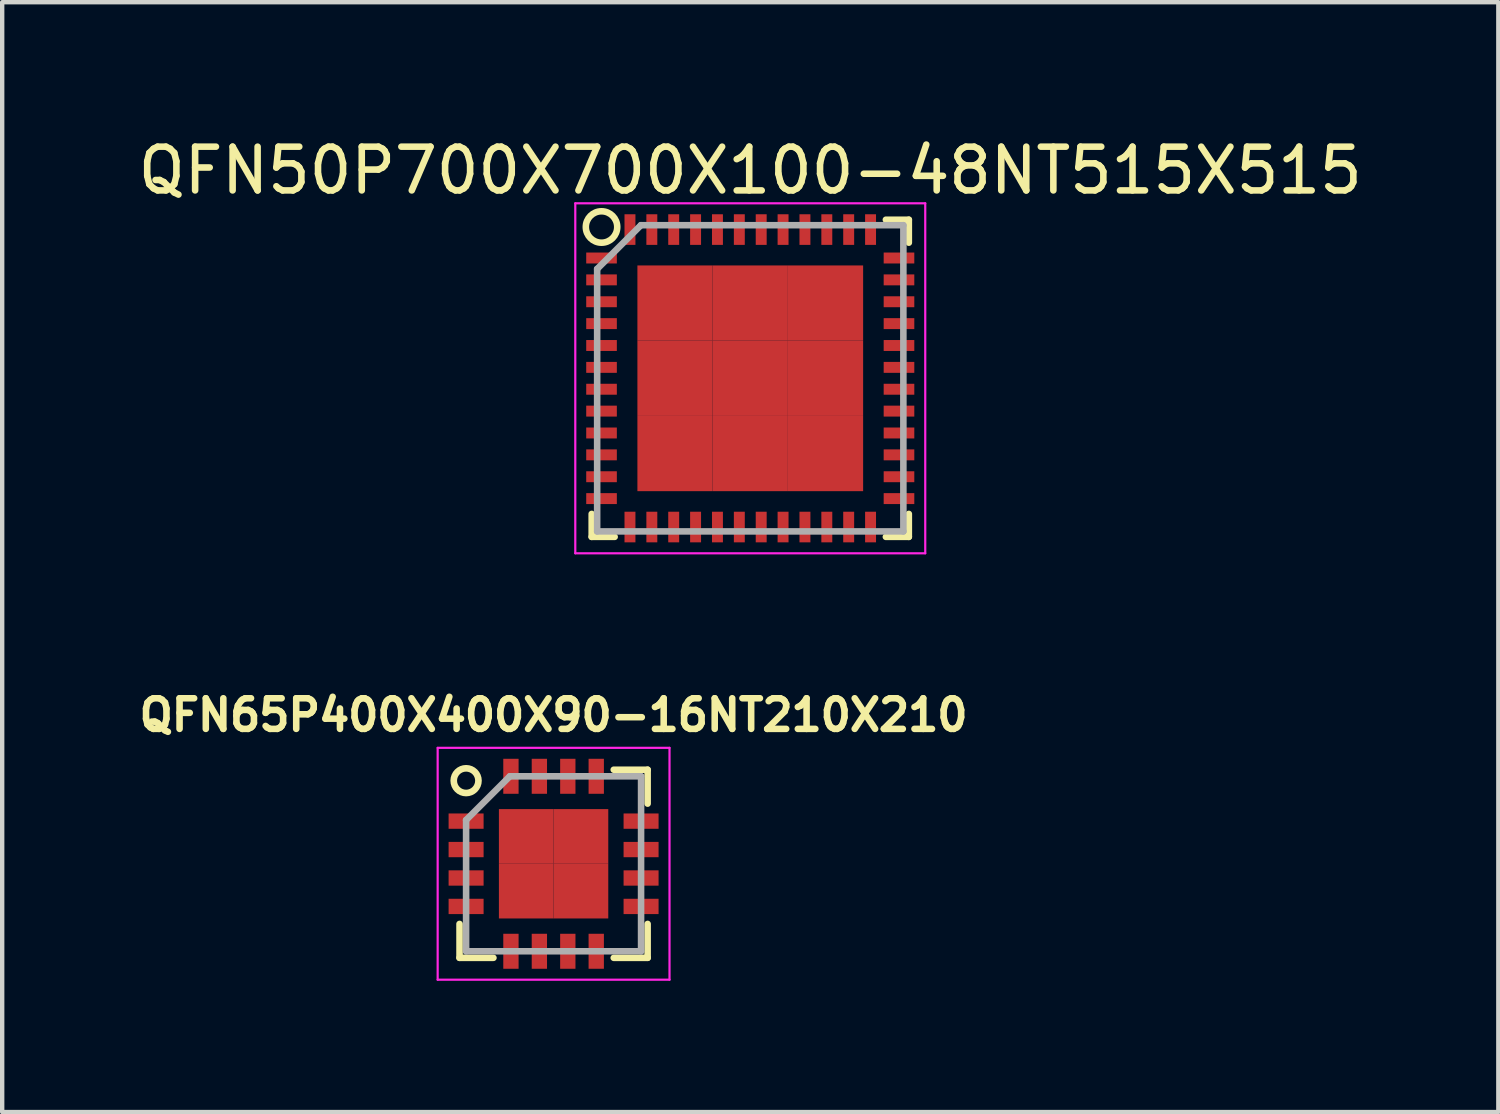
<source format=kicad_pcb>
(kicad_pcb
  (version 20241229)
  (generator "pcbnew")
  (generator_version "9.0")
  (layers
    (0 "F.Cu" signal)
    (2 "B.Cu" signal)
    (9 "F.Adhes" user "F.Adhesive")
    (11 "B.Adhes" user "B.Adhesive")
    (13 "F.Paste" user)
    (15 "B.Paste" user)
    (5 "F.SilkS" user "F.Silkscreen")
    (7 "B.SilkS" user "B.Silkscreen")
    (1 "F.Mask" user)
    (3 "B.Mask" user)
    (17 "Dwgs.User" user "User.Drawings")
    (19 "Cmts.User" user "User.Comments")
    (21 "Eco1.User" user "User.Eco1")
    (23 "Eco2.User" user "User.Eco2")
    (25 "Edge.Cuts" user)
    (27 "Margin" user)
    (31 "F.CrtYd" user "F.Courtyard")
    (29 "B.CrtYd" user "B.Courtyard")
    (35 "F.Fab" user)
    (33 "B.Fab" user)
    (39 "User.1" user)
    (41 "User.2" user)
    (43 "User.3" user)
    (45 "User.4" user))
  (footprint "QFN65P400X400X90-16NT210X210"
    (layer "F.Cu")
    (at 9.605 16.696)
    (property "Reference" "QFN65P400X400X90-16NT210X210" (at 0 -3.4 0) (layer "F.SilkS") (effects (font (size 0.7 0.7) (thickness 0.15))))
    (attr smd)
    (fp_line (start -2.15 2.15) (end -2.15 1.375) (stroke (width 0.15) (type solid)) (layer "F.SilkS"))
    (fp_line (start -2.15 2.15) (end -1.375 2.15) (stroke (width 0.15) (type solid)) (layer "F.SilkS"))
    (fp_line (start 2.15 -2.15) (end 1.375 -2.15) (stroke (width 0.15) (type solid)) (layer "F.SilkS"))
    (fp_line (start 2.15 -2.15) (end 2.15 -1.375) (stroke (width 0.15) (type solid)) (layer "F.SilkS"))
    (fp_line (start 2.15 2.15) (end 1.375 2.15) (stroke (width 0.15) (type solid)) (layer "F.SilkS"))
    (fp_line (start 2.15 2.15) (end 2.15 1.375) (stroke (width 0.15) (type solid)) (layer "F.SilkS"))
    (fp_circle (center -2 -1.9) (end -1.8 -1.7) (stroke (width 0.152) (type solid)) (fill no) (layer "F.SilkS"))
    (fp_line (start -2.65 -2.65) (end -2.65 2.65) (stroke (width 0.05) (type solid)) (layer "F.CrtYd"))
    (fp_line (start -2.65 -2.65) (end 2.65 -2.65) (stroke (width 0.05) (type solid)) (layer "F.CrtYd"))
    (fp_line (start -2.65 2.65) (end 2.65 2.65) (stroke (width 0.05) (type solid)) (layer "F.CrtYd"))
    (fp_line (start 2.65 -2.65) (end 2.65 2.65) (stroke (width 0.05) (type solid)) (layer "F.CrtYd"))
    (fp_line (start -2 -1) (end -1 -2) (stroke (width 0.15) (type solid)) (layer "F.Fab"))
    (fp_line (start -2 2) (end -2 -1) (stroke (width 0.15) (type solid)) (layer "F.Fab"))
    (fp_line (start -1 -2) (end 2 -2) (stroke (width 0.15) (type solid)) (layer "F.Fab"))
    (fp_line (start 2 -2) (end 2 2) (stroke (width 0.15) (type solid)) (layer "F.Fab"))
    (fp_line (start 2 2) (end -2 2) (stroke (width 0.15) (type solid)) (layer "F.Fab"))
    (pad "1" smd rect (at -2 -0.975) (size 0.8 0.35) (layers "F.Cu" "F.Mask" "F.Paste"))
    (pad "2" smd rect (at -2 -0.325) (size 0.8 0.35) (layers "F.Cu" "F.Mask" "F.Paste"))
    (pad "3" smd rect (at -2 0.325) (size 0.8 0.35) (layers "F.Cu" "F.Mask" "F.Paste"))
    (pad "4" smd rect (at -2 0.975) (size 0.8 0.35) (layers "F.Cu" "F.Mask" "F.Paste"))
    (pad "5" smd rect (at -0.975 2 90) (size 0.8 0.35) (layers "F.Cu" "F.Mask" "F.Paste"))
    (pad "6" smd rect (at -0.325 2 90) (size 0.8 0.35) (layers "F.Cu" "F.Mask" "F.Paste"))
    (pad "7" smd rect (at 0.325 2 90) (size 0.8 0.35) (layers "F.Cu" "F.Mask" "F.Paste"))
    (pad "8" smd rect (at 0.975 2 90) (size 0.8 0.35) (layers "F.Cu" "F.Mask" "F.Paste"))
    (pad "9" smd rect (at 2 0.975) (size 0.8 0.35) (layers "F.Cu" "F.Mask" "F.Paste"))
    (pad "10" smd rect (at 2 0.325) (size 0.8 0.35) (layers "F.Cu" "F.Mask" "F.Paste"))
    (pad "11" smd rect (at 2 -0.325) (size 0.8 0.35) (layers "F.Cu" "F.Mask" "F.Paste"))
    (pad "12" smd rect (at 2 -0.975) (size 0.8 0.35) (layers "F.Cu" "F.Mask" "F.Paste"))
    (pad "13" smd rect (at 0.975 -2 90) (size 0.8 0.35) (layers "F.Cu" "F.Mask" "F.Paste"))
    (pad "14" smd rect (at 0.325 -2 90) (size 0.8 0.35) (layers "F.Cu" "F.Mask" "F.Paste"))
    (pad "15" smd rect (at -0.325 -2 90) (size 0.8 0.35) (layers "F.Cu" "F.Mask" "F.Paste"))
    (pad "16" smd rect (at -0.975 -2 90) (size 0.8 0.35) (layers "F.Cu" "F.Mask" "F.Paste"))
    (pad "17" smd rect (at -0.625 -0.625) (size 1.25 1.25) (layers "F.Cu" "F.Mask" "F.Paste"))
    (pad "17" smd rect (at -0.625 0.625) (size 1.25 1.25) (layers "F.Cu" "F.Mask" "F.Paste"))
    (pad "17" smd rect (at 0.625 -0.625) (size 1.25 1.25) (layers "F.Cu" "F.Mask" "F.Paste"))
    (pad "17" smd rect (at 0.625 0.625) (size 1.25 1.25) (layers "F.Cu" "F.Mask" "F.Paste")))
  (footprint "QFN50P700X700X100-48NT515X515"
    (layer "F.Cu")
    (at 14.101 5.598)
    (property "Reference" "QFN50P700X700X100-48NT515X515" (at 0 -4.75 0) (layer "F.SilkS") (effects (font (size 1 1) (thickness 0.15))))
    (attr smd)
    (fp_line (start -3.625 3.625) (end -3.625 3.1) (stroke (width 0.15) (type solid)) (layer "F.SilkS"))
    (fp_line (start -3.625 3.625) (end -3.1 3.625) (stroke (width 0.15) (type solid)) (layer "F.SilkS"))
    (fp_line (start 3.625 -3.625) (end 3.1 -3.625) (stroke (width 0.15) (type solid)) (layer "F.SilkS"))
    (fp_line (start 3.625 -3.625) (end 3.625 -3.1) (stroke (width 0.15) (type solid)) (layer "F.SilkS"))
    (fp_line (start 3.625 3.625) (end 3.1 3.625) (stroke (width 0.15) (type solid)) (layer "F.SilkS"))
    (fp_line (start 3.625 3.625) (end 3.625 3.1) (stroke (width 0.15) (type solid)) (layer "F.SilkS"))
    (fp_circle (center -3.4 -3.459) (end -3.146 -3.205) (stroke (width 0.15) (type solid)) (fill no) (layer "F.SilkS"))
    (fp_line (start -4 -4) (end -4 4) (stroke (width 0.05) (type solid)) (layer "F.CrtYd"))
    (fp_line (start -4 -4) (end 4 -4) (stroke (width 0.05) (type solid)) (layer "F.CrtYd"))
    (fp_line (start -4 4) (end 4 4) (stroke (width 0.05) (type solid)) (layer "F.CrtYd"))
    (fp_line (start 4 -4) (end 4 4) (stroke (width 0.05) (type solid)) (layer "F.CrtYd"))
    (fp_line (start -3.5 -2.5) (end -2.5 -3.5) (stroke (width 0.15) (type solid)) (layer "F.Fab"))
    (fp_line (start -3.5 3.5) (end -3.5 -2.5) (stroke (width 0.15) (type solid)) (layer "F.Fab"))
    (fp_line (start -2.5 -3.5) (end 3.5 -3.5) (stroke (width 0.15) (type solid)) (layer "F.Fab"))
    (fp_line (start 3.5 -3.5) (end 3.5 3.5) (stroke (width 0.15) (type solid)) (layer "F.Fab"))
    (fp_line (start 3.5 3.5) (end -3.5 3.5) (stroke (width 0.15) (type solid)) (layer "F.Fab"))
    (pad "1" smd rect (at -3.4 -2.75) (size 0.7 0.25) (layers "F.Cu" "F.Mask" "F.Paste"))
    (pad "2" smd rect (at -3.4 -2.25) (size 0.7 0.25) (layers "F.Cu" "F.Mask" "F.Paste"))
    (pad "3" smd rect (at -3.4 -1.75) (size 0.7 0.25) (layers "F.Cu" "F.Mask" "F.Paste"))
    (pad "4" smd rect (at -3.4 -1.25) (size 0.7 0.25) (layers "F.Cu" "F.Mask" "F.Paste"))
    (pad "5" smd rect (at -3.4 -0.75) (size 0.7 0.25) (layers "F.Cu" "F.Mask" "F.Paste"))
    (pad "6" smd rect (at -3.4 -0.25) (size 0.7 0.25) (layers "F.Cu" "F.Mask" "F.Paste"))
    (pad "7" smd rect (at -3.4 0.25) (size 0.7 0.25) (layers "F.Cu" "F.Mask" "F.Paste"))
    (pad "8" smd rect (at -3.4 0.75) (size 0.7 0.25) (layers "F.Cu" "F.Mask" "F.Paste"))
    (pad "9" smd rect (at -3.4 1.25) (size 0.7 0.25) (layers "F.Cu" "F.Mask" "F.Paste"))
    (pad "10" smd rect (at -3.4 1.75) (size 0.7 0.25) (layers "F.Cu" "F.Mask" "F.Paste"))
    (pad "11" smd rect (at -3.4 2.25) (size 0.7 0.25) (layers "F.Cu" "F.Mask" "F.Paste"))
    (pad "12" smd rect (at -3.4 2.75) (size 0.7 0.25) (layers "F.Cu" "F.Mask" "F.Paste"))
    (pad "13" smd rect (at -2.75 3.4 90) (size 0.7 0.25) (layers "F.Cu" "F.Mask" "F.Paste"))
    (pad "14" smd rect (at -2.25 3.4 90) (size 0.7 0.25) (layers "F.Cu" "F.Mask" "F.Paste"))
    (pad "15" smd rect (at -1.75 3.4 90) (size 0.7 0.25) (layers "F.Cu" "F.Mask" "F.Paste"))
    (pad "16" smd rect (at -1.25 3.4 90) (size 0.7 0.25) (layers "F.Cu" "F.Mask" "F.Paste"))
    (pad "17" smd rect (at -0.75 3.4 90) (size 0.7 0.25) (layers "F.Cu" "F.Mask" "F.Paste"))
    (pad "18" smd rect (at -0.25 3.4 90) (size 0.7 0.25) (layers "F.Cu" "F.Mask" "F.Paste"))
    (pad "19" smd rect (at 0.25 3.4 90) (size 0.7 0.25) (layers "F.Cu" "F.Mask" "F.Paste"))
    (pad "20" smd rect (at 0.75 3.4 90) (size 0.7 0.25) (layers "F.Cu" "F.Mask" "F.Paste"))
    (pad "21" smd rect (at 1.25 3.4 90) (size 0.7 0.25) (layers "F.Cu" "F.Mask" "F.Paste"))
    (pad "22" smd rect (at 1.75 3.4 90) (size 0.7 0.25) (layers "F.Cu" "F.Mask" "F.Paste"))
    (pad "23" smd rect (at 2.25 3.4 90) (size 0.7 0.25) (layers "F.Cu" "F.Mask" "F.Paste"))
    (pad "24" smd rect (at 2.75 3.4 90) (size 0.7 0.25) (layers "F.Cu" "F.Mask" "F.Paste"))
    (pad "25" smd rect (at 3.4 2.75) (size 0.7 0.25) (layers "F.Cu" "F.Mask" "F.Paste"))
    (pad "26" smd rect (at 3.4 2.25) (size 0.7 0.25) (layers "F.Cu" "F.Mask" "F.Paste"))
    (pad "27" smd rect (at 3.4 1.75) (size 0.7 0.25) (layers "F.Cu" "F.Mask" "F.Paste"))
    (pad "28" smd rect (at 3.4 1.25) (size 0.7 0.25) (layers "F.Cu" "F.Mask" "F.Paste"))
    (pad "29" smd rect (at 3.4 0.75) (size 0.7 0.25) (layers "F.Cu" "F.Mask" "F.Paste"))
    (pad "30" smd rect (at 3.4 0.25) (size 0.7 0.25) (layers "F.Cu" "F.Mask" "F.Paste"))
    (pad "31" smd rect (at 3.4 -0.25) (size 0.7 0.25) (layers "F.Cu" "F.Mask" "F.Paste"))
    (pad "32" smd rect (at 3.4 -0.75) (size 0.7 0.25) (layers "F.Cu" "F.Mask" "F.Paste"))
    (pad "33" smd rect (at 3.4 -1.25) (size 0.7 0.25) (layers "F.Cu" "F.Mask" "F.Paste"))
    (pad "34" smd rect (at 3.4 -1.75) (size 0.7 0.25) (layers "F.Cu" "F.Mask" "F.Paste"))
    (pad "35" smd rect (at 3.4 -2.25) (size 0.7 0.25) (layers "F.Cu" "F.Mask" "F.Paste"))
    (pad "36" smd rect (at 3.4 -2.75) (size 0.7 0.25) (layers "F.Cu" "F.Mask" "F.Paste"))
    (pad "37" smd rect (at 2.75 -3.4 90) (size 0.7 0.25) (layers "F.Cu" "F.Mask" "F.Paste"))
    (pad "38" smd rect (at 2.25 -3.4 90) (size 0.7 0.25) (layers "F.Cu" "F.Mask" "F.Paste"))
    (pad "39" smd rect (at 1.75 -3.4 90) (size 0.7 0.25) (layers "F.Cu" "F.Mask" "F.Paste"))
    (pad "40" smd rect (at 1.25 -3.4 90) (size 0.7 0.25) (layers "F.Cu" "F.Mask" "F.Paste"))
    (pad "41" smd rect (at 0.75 -3.4 90) (size 0.7 0.25) (layers "F.Cu" "F.Mask" "F.Paste"))
    (pad "42" smd rect (at 0.25 -3.4 90) (size 0.7 0.25) (layers "F.Cu" "F.Mask" "F.Paste"))
    (pad "43" smd rect (at -0.25 -3.4 90) (size 0.7 0.25) (layers "F.Cu" "F.Mask" "F.Paste"))
    (pad "44" smd rect (at -0.75 -3.4 90) (size 0.7 0.25) (layers "F.Cu" "F.Mask" "F.Paste"))
    (pad "45" smd rect (at -1.25 -3.4 90) (size 0.7 0.25) (layers "F.Cu" "F.Mask" "F.Paste"))
    (pad "46" smd rect (at -1.75 -3.4 90) (size 0.7 0.25) (layers "F.Cu" "F.Mask" "F.Paste"))
    (pad "47" smd rect (at -2.25 -3.4 90) (size 0.7 0.25) (layers "F.Cu" "F.Mask" "F.Paste"))
    (pad "48" smd rect (at -2.75 -3.4 90) (size 0.7 0.25) (layers "F.Cu" "F.Mask" "F.Paste"))
    (pad "49" smd rect (at -1.72 -1.72) (size 1.72 1.72) (layers "F.Cu" "F.Mask" "F.Paste"))
    (pad "49" smd rect (at -1.72 0) (size 1.72 1.72) (layers "F.Cu" "F.Mask" "F.Paste"))
    (pad "49" smd rect (at -1.72 1.72) (size 1.72 1.72) (layers "F.Cu" "F.Mask" "F.Paste"))
    (pad "49" smd rect (at 0 -1.72) (size 1.72 1.72) (layers "F.Cu" "F.Mask" "F.Paste"))
    (pad "49" smd rect (at 0 0) (size 1.72 1.72) (layers "F.Cu" "F.Mask" "F.Paste"))
    (pad "49" smd rect (at 0 1.72) (size 1.72 1.72) (layers "F.Cu" "F.Mask" "F.Paste"))
    (pad "49" smd rect (at 1.72 -1.72) (size 1.72 1.72) (layers "F.Cu" "F.Mask" "F.Paste"))
    (pad "49" smd rect (at 1.72 0) (size 1.72 1.72) (layers "F.Cu" "F.Mask" "F.Paste"))
    (pad "49" smd rect (at 1.72 1.72) (size 1.72 1.72) (layers "F.Cu" "F.Mask" "F.Paste")))
  (gr_rect
    (start -3 -3)
    (end 31.202 22.371)
    (stroke (width 0.1) (type default))
    (fill no)
    (layer "Edge.Cuts")))
</source>
